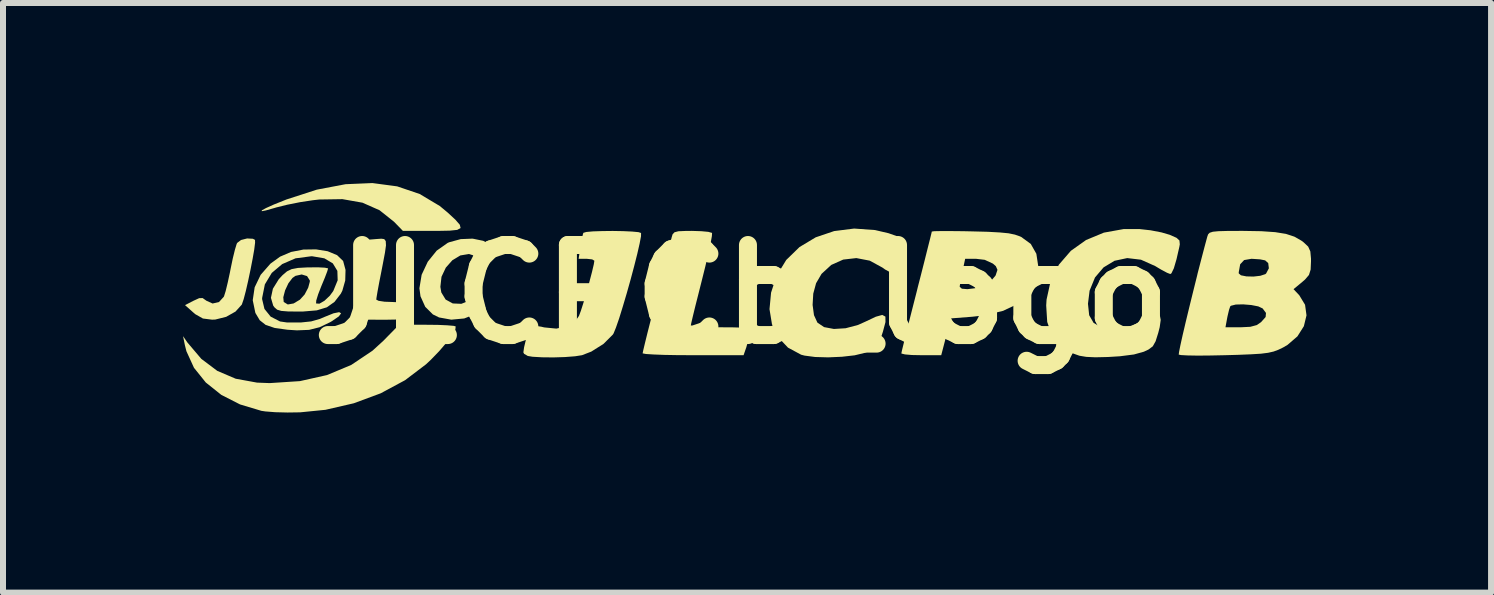
<source format=kicad_pcb>
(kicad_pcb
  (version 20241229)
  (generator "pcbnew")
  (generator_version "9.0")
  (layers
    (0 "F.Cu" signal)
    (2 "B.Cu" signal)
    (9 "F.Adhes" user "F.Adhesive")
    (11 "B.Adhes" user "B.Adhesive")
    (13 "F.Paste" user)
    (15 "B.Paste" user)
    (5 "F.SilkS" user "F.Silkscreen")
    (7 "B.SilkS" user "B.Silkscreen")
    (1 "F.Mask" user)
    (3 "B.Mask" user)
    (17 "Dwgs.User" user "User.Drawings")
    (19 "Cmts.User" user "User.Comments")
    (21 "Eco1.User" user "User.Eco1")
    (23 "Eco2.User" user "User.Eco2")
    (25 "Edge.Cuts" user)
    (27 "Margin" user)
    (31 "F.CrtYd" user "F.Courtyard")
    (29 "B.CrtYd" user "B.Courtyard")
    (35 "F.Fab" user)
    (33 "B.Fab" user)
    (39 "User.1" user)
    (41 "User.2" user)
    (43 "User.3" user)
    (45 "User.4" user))
  (footprint "JLCPCb_logo"
    (layer "F.Cu")
    (at 9.305 1.854)
    (property "Reference" "JLCPCb_logo" (at 0 0 0) (layer "F.SilkS") (effects (font (size 1.5 1.5) (thickness 0.3))))
    (attr board_only exclude_from_pos_files exclude_from_bom)
    (fp_poly (pts (xy -5.738 -1.799) (xy -5.363 -1.672) (xy -5.028 -1.472) (xy -4.899 -1.365) (xy -4.768 -1.244) (xy -4.694 -1.159) (xy -4.681 -1.105) (xy -4.736 -1.074) (xy -4.863 -1.061) (xy -5.068 -1.057) (xy -5.144 -1.057) (xy -5.642 -1.057) (xy -5.79 -1.209) (xy -6.031 -1.401) (xy -6.316 -1.527) (xy -6.65 -1.586) (xy -7.035 -1.58) (xy -7.142 -1.568) (xy -7.353 -1.536) (xy -7.569 -1.493) (xy -7.751 -1.448) (xy -7.781 -1.439) (xy -7.925 -1.398) (xy -7.994 -1.385) (xy -7.992 -1.4) (xy -7.924 -1.437) (xy -7.793 -1.496) (xy -7.603 -1.572) (xy -7.586 -1.579) (xy -7.077 -1.744) (xy -6.597 -1.835) (xy -6.15 -1.854)) (stroke (width 0) (type solid)) (fill yes) (layer "F.SilkS"))
    (fp_poly (pts (xy -8.142 -0.926) (xy -8.106 -0.907) (xy -8.105 -0.859) (xy -8.119 -0.747) (xy -8.146 -0.592) (xy -8.181 -0.412) (xy -8.22 -0.227) (xy -8.259 -0.057) (xy -8.295 0.08) (xy -8.324 0.165) (xy -8.327 0.172) (xy -8.431 0.287) (xy -8.587 0.375) (xy -8.768 0.42) (xy -8.822 0.422) (xy -8.974 0.403) (xy -9.101 0.331) (xy -9.136 0.301) (xy -9.272 0.18) (xy -9.133 0.108) (xy -9.037 0.064) (xy -8.979 0.062) (xy -8.922 0.102) (xy -8.917 0.106) (xy -8.813 0.153) (xy -8.706 0.128) (xy -8.626 0.04) (xy -8.621 0.028) (xy -8.595 -0.055) (xy -8.561 -0.195) (xy -8.524 -0.366) (xy -8.513 -0.423) (xy -8.477 -0.596) (xy -8.441 -0.743) (xy -8.412 -0.839) (xy -8.404 -0.856) (xy -8.34 -0.905) (xy -8.238 -0.931)) (stroke (width 0) (type solid)) (fill yes) (layer "F.SilkS"))
    (fp_poly (pts (xy -5.953 -0.92) (xy -5.928 -0.887) (xy -5.924 -0.816) (xy -5.941 -0.694) (xy -5.976 -0.509) (xy -6.001 -0.38) (xy -6.037 -0.198) (xy -6.065 -0.046) (xy -6.082 0.056) (xy -6.086 0.088) (xy -6.047 0.108) (xy -5.948 0.123) (xy -5.835 0.127) (xy -5.671 0.134) (xy -5.578 0.163) (xy -5.543 0.222) (xy -5.554 0.319) (xy -5.554 0.319) (xy -5.569 0.365) (xy -5.597 0.395) (xy -5.653 0.412) (xy -5.754 0.42) (xy -5.916 0.423) (xy -6.023 0.423) (xy -6.221 0.422) (xy -6.348 0.417) (xy -6.422 0.406) (xy -6.455 0.384) (xy -6.465 0.349) (xy -6.465 0.328) (xy -6.456 0.252) (xy -6.433 0.113) (xy -6.399 -0.073) (xy -6.358 -0.286) (xy -6.347 -0.338) (xy -6.231 -0.909) (xy -6.074 -0.922) (xy -6.001 -0.927)) (stroke (width 0) (type solid)) (fill yes) (layer "F.SilkS"))
    (fp_poly (pts (xy -4.305 -0.892) (xy -4.21 -0.841) (xy -4.098 -0.753) (xy -4.209 -0.665) (xy -4.298 -0.609) (xy -4.367 -0.61) (xy -4.4 -0.627) (xy -4.541 -0.672) (xy -4.685 -0.648) (xy -4.818 -0.568) (xy -4.927 -0.445) (xy -4.999 -0.293) (xy -5.018 -0.125) (xy -5.002 -0.031) (xy -4.93 0.087) (xy -4.811 0.152) (xy -4.668 0.158) (xy -4.539 0.107) (xy -4.456 0.058) (xy -4.406 0.062) (xy -4.349 0.122) (xy -4.343 0.129) (xy -4.263 0.227) (xy -4.424 0.325) (xy -4.62 0.402) (xy -4.836 0.422) (xy -5.04 0.385) (xy -5.142 0.335) (xy -5.27 0.208) (xy -5.349 0.033) (xy -5.367 -0.101) (xy -5.33 -0.326) (xy -5.228 -0.543) (xy -5.079 -0.728) (xy -4.896 -0.857) (xy -4.87 -0.868) (xy -4.679 -0.92) (xy -4.481 -0.928)) (stroke (width 0) (type solid)) (fill yes) (layer "F.SilkS"))
    (fp_poly (pts (xy -5.059 0.509) (xy -4.903 0.516) (xy -4.798 0.525) (xy -4.763 0.534) (xy -4.768 0.584) (xy -4.823 0.679) (xy -4.916 0.805) (xy -5.037 0.946) (xy -5.175 1.089) (xy -5.256 1.165) (xy -5.605 1.43) (xy -6.012 1.649) (xy -6.46 1.815) (xy -6.933 1.924) (xy -7.354 1.966) (xy -7.565 1.969) (xy -7.768 1.964) (xy -7.933 1.951) (xy -8 1.941) (xy -8.356 1.834) (xy -8.668 1.675) (xy -8.926 1.469) (xy -9.123 1.224) (xy -9.249 0.948) (xy -9.275 0.845) (xy -9.305 0.697) (xy -9.232 0.803) (xy -9.001 1.075) (xy -8.735 1.275) (xy -8.428 1.406) (xy -8.072 1.471) (xy -7.861 1.479) (xy -7.358 1.446) (xy -6.906 1.345) (xy -6.504 1.177) (xy -6.15 0.94) (xy -5.97 0.776) (xy -5.706 0.507) (xy -5.248 0.507)) (stroke (width 0) (type solid)) (fill yes) (layer "F.SilkS"))
    (fp_poly (pts (xy -0.671 -1.052) (xy -0.553 -1.041) (xy -0.493 -1.024) (xy -0.491 -1.022) (xy -0.494 -0.971) (xy -0.515 -0.853) (xy -0.553 -0.68) (xy -0.603 -0.467) (xy -0.657 -0.25) (xy -0.717 -0.012) (xy -0.77 0.197) (xy -0.811 0.365) (xy -0.837 0.476) (xy -0.845 0.518) (xy -0.806 0.53) (xy -0.698 0.54) (xy -0.54 0.547) (xy -0.359 0.549) (xy -0.151 0.55) (xy -0.013 0.554) (xy 0.07 0.563) (xy 0.111 0.582) (xy 0.125 0.613) (xy 0.127 0.649) (xy 0.113 0.761) (xy 0.08 0.881) (xy 0.034 1.014) (xy -0.807 1.014) (xy -1.063 1.013) (xy -1.288 1.009) (xy -1.469 1.002) (xy -1.592 0.994) (xy -1.647 0.984) (xy -1.648 0.983) (xy -1.638 0.934) (xy -1.61 0.816) (xy -1.567 0.641) (xy -1.511 0.421) (xy -1.447 0.168) (xy -1.421 0.063) (xy -1.352 -0.205) (xy -1.289 -0.452) (xy -1.236 -0.663) (xy -1.195 -0.825) (xy -1.17 -0.924) (xy -1.167 -0.94) (xy -1.149 -1) (xy -1.117 -1.034) (xy -1.052 -1.051) (xy -0.934 -1.056) (xy -0.826 -1.057)) (stroke (width 0) (type solid)) (fill yes) (layer "F.SilkS"))
    (fp_poly (pts (xy 2.224 -1.071) (xy 2.45 -1.018) (xy 2.615 -0.96) (xy 2.713 -0.911) (xy 2.736 -0.875) (xy 2.715 -0.807) (xy 2.683 -0.689) (xy 2.659 -0.597) (xy 2.619 -0.469) (xy 2.575 -0.378) (xy 2.55 -0.351) (xy 2.487 -0.362) (xy 2.39 -0.415) (xy 2.347 -0.446) (xy 2.136 -0.561) (xy 1.913 -0.604) (xy 1.694 -0.579) (xy 1.495 -0.49) (xy 1.333 -0.341) (xy 1.242 -0.185) (xy 1.195 -0.012) (xy 1.184 0.176) (xy 1.207 0.347) (xy 1.264 0.471) (xy 1.375 0.546) (xy 1.539 0.577) (xy 1.734 0.565) (xy 1.941 0.51) (xy 2.066 0.454) (xy 2.237 0.373) (xy 2.345 0.343) (xy 2.397 0.371) (xy 2.398 0.463) (xy 2.355 0.624) (xy 2.332 0.694) (xy 2.282 0.82) (xy 2.225 0.895) (xy 2.131 0.946) (xy 2.05 0.976) (xy 1.885 1.016) (xy 1.673 1.04) (xy 1.444 1.05) (xy 1.227 1.044) (xy 1.051 1.021) (xy 0.993 1.006) (xy 0.774 0.888) (xy 0.611 0.716) (xy 0.507 0.498) (xy 0.466 0.247) (xy 0.492 -0.028) (xy 0.583 -0.308) (xy 0.745 -0.573) (xy 0.966 -0.788) (xy 1.236 -0.95) (xy 1.543 -1.054) (xy 1.876 -1.096)) (stroke (width 0) (type solid)) (fill yes) (layer "F.SilkS"))
    (fp_poly (pts (xy -1.974 -1.053) (xy -1.823 -1.046) (xy -1.716 -1.036) (xy -1.674 -1.022) (xy -1.675 -0.967) (xy -1.698 -0.846) (xy -1.737 -0.675) (xy -1.789 -0.469) (xy -1.849 -0.244) (xy -1.914 -0.013) (xy -1.979 0.206) (xy -2.039 0.4) (xy -2.092 0.553) (xy -2.131 0.649) (xy -2.143 0.669) (xy -2.3 0.826) (xy -2.503 0.954) (xy -2.658 1.014) (xy -2.773 1.032) (xy -2.942 1.045) (xy -3.135 1.051) (xy -3.325 1.049) (xy -3.482 1.04) (xy -3.561 1.027) (xy -3.623 0.991) (xy -3.635 0.967) (xy -3.623 0.882) (xy -3.595 0.765) (xy -3.559 0.646) (xy -3.524 0.556) (xy -3.505 0.526) (xy -3.446 0.523) (xy -3.338 0.539) (xy -3.288 0.551) (xy -3.086 0.571) (xy -2.906 0.533) (xy -2.767 0.443) (xy -2.709 0.36) (xy -2.678 0.278) (xy -2.634 0.14) (xy -2.584 -0.029) (xy -2.535 -0.207) (xy -2.492 -0.371) (xy -2.462 -0.498) (xy -2.452 -0.56) (xy -2.488 -0.582) (xy -2.577 -0.592) (xy -2.583 -0.592) (xy -2.714 -0.592) (xy -2.684 -0.792) (xy -2.663 -0.917) (xy -2.642 -1.005) (xy -2.635 -1.025) (xy -2.586 -1.039) (xy -2.474 -1.049) (xy -2.321 -1.054) (xy -2.147 -1.056)) (stroke (width 0) (type solid)) (fill yes) (layer "F.SilkS"))
    (fp_poly (pts (xy 6.815 -1.067) (xy 6.997 -1.032) (xy 7.134 -0.992) (xy 7.136 -0.991) (xy 7.247 -0.942) (xy 7.296 -0.897) (xy 7.302 -0.833) (xy 7.294 -0.789) (xy 7.247 -0.584) (xy 7.203 -0.434) (xy 7.163 -0.351) (xy 7.144 -0.338) (xy 7.09 -0.359) (xy 6.989 -0.413) (xy 6.89 -0.472) (xy 6.655 -0.577) (xy 6.426 -0.604) (xy 6.214 -0.559) (xy 6.032 -0.449) (xy 5.889 -0.281) (xy 5.799 -0.061) (xy 5.772 0.157) (xy 5.792 0.348) (xy 5.866 0.476) (xy 6 0.552) (xy 6.141 0.58) (xy 6.262 0.585) (xy 6.381 0.563) (xy 6.529 0.509) (xy 6.633 0.463) (xy 6.796 0.395) (xy 6.913 0.36) (xy 6.972 0.362) (xy 6.972 0.363) (xy 6.984 0.426) (xy 6.967 0.548) (xy 6.943 0.642) (xy 6.899 0.782) (xy 6.852 0.866) (xy 6.78 0.92) (xy 6.703 0.956) (xy 6.538 1.002) (xy 6.303 1.032) (xy 6.107 1.044) (xy 5.895 1.049) (xy 5.744 1.042) (xy 5.63 1.023) (xy 5.531 0.988) (xy 5.514 0.98) (xy 5.308 0.849) (xy 5.169 0.678) (xy 5.093 0.46) (xy 5.076 0.186) (xy 5.082 0.088) (xy 5.15 -0.222) (xy 5.288 -0.495) (xy 5.487 -0.725) (xy 5.74 -0.905) (xy 6.037 -1.028) (xy 6.37 -1.088) (xy 6.627 -1.088)) (stroke (width 0) (type solid)) (fill yes) (layer "F.SilkS"))
    (fp_poly (pts (xy 3.694 -1.052) (xy 3.835 -1.049) (xy 4.104 -1.042) (xy 4.303 -1.031) (xy 4.449 -1.017) (xy 4.555 -0.995) (xy 4.638 -0.966) (xy 4.661 -0.955) (xy 4.819 -0.84) (xy 4.912 -0.676) (xy 4.945 -0.459) (xy 4.945 -0.444) (xy 4.907 -0.206) (xy 4.795 -0.006) (xy 4.611 0.155) (xy 4.358 0.275) (xy 4.039 0.351) (xy 3.846 0.373) (xy 3.487 0.401) (xy 3.407 0.708) (xy 3.327 1.014) (xy 2.995 1.014) (xy 2.839 1.011) (xy 2.723 1.001) (xy 2.666 0.987) (xy 2.663 0.983) (xy 2.673 0.934) (xy 2.702 0.816) (xy 2.745 0.639) (xy 2.801 0.415) (xy 2.867 0.156) (xy 2.917 -0.039) (xy 2.938 -0.125) (xy 3.635 -0.125) (xy 3.671 -0.094) (xy 3.763 -0.086) (xy 3.885 -0.101) (xy 4.014 -0.136) (xy 4.037 -0.146) (xy 4.15 -0.217) (xy 4.23 -0.31) (xy 4.235 -0.32) (xy 4.264 -0.408) (xy 4.237 -0.469) (xy 4.188 -0.512) (xy 4.052 -0.575) (xy 3.908 -0.592) (xy 3.726 -0.592) (xy 3.68 -0.378) (xy 3.654 -0.249) (xy 3.638 -0.153) (xy 3.635 -0.125) (xy 2.938 -0.125) (xy 2.987 -0.315) (xy 3.05 -0.563) (xy 3.102 -0.771) (xy 3.142 -0.929) (xy 3.165 -1.023) (xy 3.17 -1.046) (xy 3.21 -1.052) (xy 3.32 -1.054) (xy 3.486 -1.054)) (stroke (width 0) (type solid)) (fill yes) (layer "F.SilkS"))
    (fp_poly (pts (xy 8.659 -1.052) (xy 8.892 -1.036) (xy 9.071 -1.007) (xy 9.211 -0.961) (xy 9.327 -0.895) (xy 9.367 -0.865) (xy 9.441 -0.795) (xy 9.477 -0.715) (xy 9.488 -0.594) (xy 9.488 -0.549) (xy 9.482 -0.412) (xy 9.454 -0.323) (xy 9.388 -0.246) (xy 9.343 -0.207) (xy 9.197 -0.086) (xy 9.293 0.016) (xy 9.389 0.174) (xy 9.413 0.35) (xy 9.369 0.531) (xy 9.262 0.7) (xy 9.096 0.843) (xy 9.024 0.885) (xy 8.943 0.924) (xy 8.865 0.953) (xy 8.773 0.974) (xy 8.654 0.989) (xy 8.492 0.999) (xy 8.272 1.008) (xy 8.059 1.014) (xy 7.815 1.019) (xy 7.602 1.021) (xy 7.433 1.018) (xy 7.322 1.012) (xy 7.284 1.004) (xy 7.29 0.958) (xy 7.313 0.843) (xy 7.351 0.672) (xy 7.38 0.549) (xy 8.063 0.549) (xy 8.313 0.549) (xy 8.477 0.541) (xy 8.585 0.512) (xy 8.656 0.463) (xy 8.732 0.378) (xy 8.738 0.31) (xy 8.682 0.235) (xy 8.61 0.201) (xy 8.492 0.178) (xy 8.357 0.167) (xy 8.235 0.17) (xy 8.155 0.19) (xy 8.142 0.201) (xy 8.122 0.26) (xy 8.097 0.366) (xy 8.092 0.391) (xy 8.063 0.549) (xy 7.38 0.549) (xy 7.401 0.459) (xy 7.46 0.215) (xy 7.524 -0.045) (xy 7.59 -0.31) (xy 7.599 -0.349) (xy 8.284 -0.349) (xy 8.321 -0.317) (xy 8.412 -0.299) (xy 8.529 -0.296) (xy 8.643 -0.309) (xy 8.726 -0.336) (xy 8.74 -0.347) (xy 8.786 -0.434) (xy 8.775 -0.521) (xy 8.724 -0.566) (xy 8.638 -0.583) (xy 8.516 -0.591) (xy 8.496 -0.592) (xy 8.374 -0.571) (xy 8.308 -0.501) (xy 8.284 -0.368) (xy 8.284 -0.349) (xy 7.599 -0.349) (xy 7.655 -0.565) (xy 7.716 -0.798) (xy 7.76 -0.961) (xy 7.774 -1) (xy 7.8 -1.026) (xy 7.853 -1.043) (xy 7.945 -1.052) (xy 8.092 -1.056) (xy 8.306 -1.057) (xy 8.358 -1.057)) (stroke (width 0) (type solid)) (fill yes) (layer "F.SilkS"))
    (fp_poly (pts (xy -6.896 -0.718) (xy -6.739 -0.653) (xy -6.639 -0.557) (xy -6.637 -0.552) (xy -6.598 -0.407) (xy -6.603 -0.23) (xy -6.651 -0.061) (xy -6.677 -0.01) (xy -6.782 0.126) (xy -6.909 0.216) (xy -7.077 0.267) (xy -7.303 0.286) (xy -7.381 0.287) (xy -7.557 0.285) (xy -7.669 0.276) (xy -7.737 0.256) (xy -7.781 0.218) (xy -7.803 0.188) (xy -7.841 0.058) (xy -7.839 0.049) (xy -7.635 0.049) (xy -7.628 0.127) (xy -7.627 0.128) (xy -7.56 0.169) (xy -7.463 0.152) (xy -7.358 0.089) (xy -7.279 0.002) (xy -7.22 -0.111) (xy -7.193 -0.211) (xy -7.193 -0.231) (xy -7.239 -0.304) (xy -7.328 -0.331) (xy -7.432 -0.308) (xy -7.482 -0.273) (xy -7.55 -0.184) (xy -7.605 -0.066) (xy -7.635 0.049) (xy -7.839 0.049) (xy -7.808 -0.094) (xy -7.71 -0.252) (xy -7.648 -0.319) (xy -7.573 -0.383) (xy -7.496 -0.42) (xy -7.39 -0.44) (xy -7.23 -0.449) (xy -7.205 -0.449) (xy -7.054 -0.45) (xy -6.942 -0.444) (xy -6.89 -0.433) (xy -6.889 -0.43) (xy -6.904 -0.379) (xy -6.944 -0.274) (xy -7.001 -0.137) (xy -7.054 -0.001) (xy -7.086 0.103) (xy -7.089 0.152) (xy -7.089 0.152) (xy -7.033 0.156) (xy -6.949 0.107) (xy -6.859 0.022) (xy -6.802 -0.056) (xy -6.729 -0.234) (xy -6.734 -0.391) (xy -6.81 -0.516) (xy -6.951 -0.6) (xy -7.152 -0.634) (xy -7.172 -0.634) (xy -7.431 -0.6) (xy -7.653 -0.504) (xy -7.827 -0.357) (xy -7.942 -0.166) (xy -7.987 0.058) (xy -7.988 0.079) (xy -7.949 0.243) (xy -7.845 0.372) (xy -7.689 0.452) (xy -7.572 0.469) (xy -7.343 0.469) (xy -7.17 0.451) (xy -7.026 0.41) (xy -6.949 0.377) (xy -6.798 0.316) (xy -6.704 0.297) (xy -6.672 0.316) (xy -6.709 0.367) (xy -6.822 0.445) (xy -6.852 0.463) (xy -7.03 0.548) (xy -7.205 0.592) (xy -7.408 0.6) (xy -7.565 0.59) (xy -7.779 0.56) (xy -7.928 0.51) (xy -8.027 0.432) (xy -8.097 0.315) (xy -8.101 0.306) (xy -8.144 0.098) (xy -8.112 -0.117) (xy -8.012 -0.325) (xy -7.849 -0.511) (xy -7.688 -0.628) (xy -7.506 -0.706) (xy -7.3 -0.746) (xy -7.09 -0.749)) (stroke (width 0) (type solid)) (fill yes) (layer "F.SilkS")))
  (gr_rect
    (start -3 -3)
    (end 21.793 6.823)
    (stroke (width 0.1) (type default))
    (fill no)
    (layer "Edge.Cuts")))
</source>
